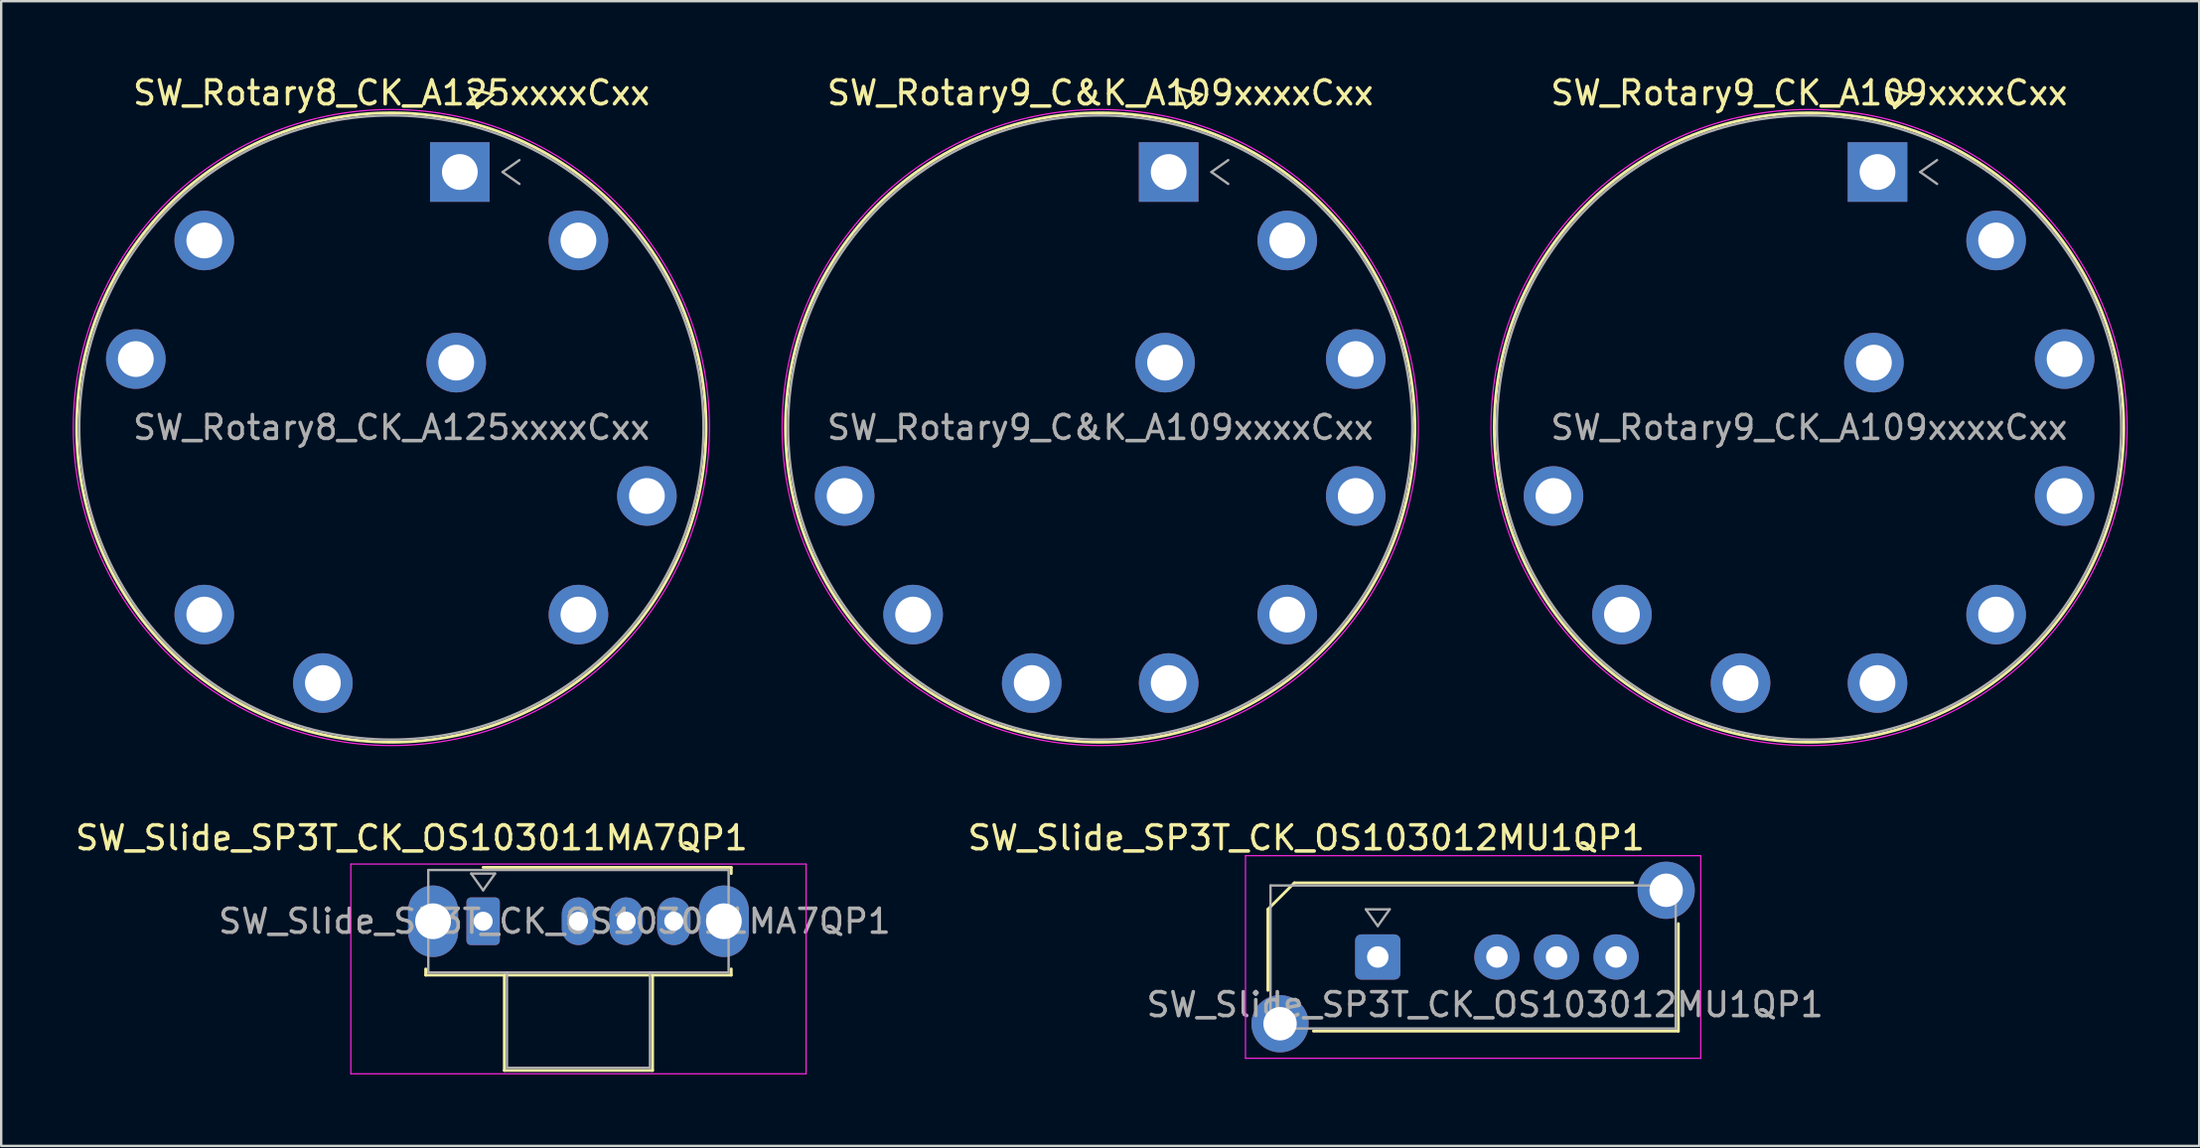
<source format=kicad_pcb>
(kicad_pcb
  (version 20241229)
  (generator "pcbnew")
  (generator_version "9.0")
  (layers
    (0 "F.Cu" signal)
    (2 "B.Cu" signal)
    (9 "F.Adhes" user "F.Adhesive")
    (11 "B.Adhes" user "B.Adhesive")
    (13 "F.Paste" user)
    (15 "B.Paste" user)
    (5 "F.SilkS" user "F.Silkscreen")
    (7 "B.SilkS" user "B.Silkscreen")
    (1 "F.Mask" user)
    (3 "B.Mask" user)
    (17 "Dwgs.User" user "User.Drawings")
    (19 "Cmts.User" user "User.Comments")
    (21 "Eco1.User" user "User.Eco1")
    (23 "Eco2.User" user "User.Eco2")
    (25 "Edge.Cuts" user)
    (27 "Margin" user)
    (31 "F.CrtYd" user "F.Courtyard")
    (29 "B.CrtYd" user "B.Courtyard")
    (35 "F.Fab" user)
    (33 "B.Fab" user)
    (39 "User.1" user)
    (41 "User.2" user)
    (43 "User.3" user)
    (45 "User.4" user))
  (footprint "SW_Rotary8_CK_A125xxxxCxx"
    (layer "F.Cu")
    (at 16.243 4.168)
    (property "Reference" "SW_Rotary8_CK_A125xxxxCxx" (at -2.87 -3.32 0) (layer "F.SilkS") (effects (font (size 1 1) (thickness 0.15))))
    (attr through_hole)
    (fp_line (start 0.422 -3.505) (end 0.722 -2.693) (stroke (width 0.12) (type solid)) (layer "F.SilkS"))
    (fp_line (start 0.722 -2.693) (end 1.388 -3.247) (stroke (width 0.12) (type solid)) (layer "F.SilkS"))
    (fp_line (start 1.388 -3.247) (end 0.422 -3.505) (stroke (width 0.12) (type solid)) (layer "F.SilkS"))
    (fp_circle (center -2.873 10.722) (end 10.332 10.722) (stroke (width 0.12) (type solid)) (fill no) (layer "F.SilkS"))
    (fp_circle (center -2.873 10.722) (end 10.472 10.722) (stroke (width 0.05) (type solid)) (fill no) (layer "F.CrtYd"))
    (fp_line (start 1.793 0) (end 2.5 0.5) (stroke (width 0.1) (type solid)) (layer "F.Fab"))
    (fp_line (start 2.5 -0.5) (end 1.793 0) (stroke (width 0.1) (type solid)) (layer "F.Fab"))
    (fp_circle (center -2.873 10.722) (end 10.222 10.722) (stroke (width 0.1) (type solid)) (fill no) (layer "F.Fab"))
    (fp_text user "${REFERENCE}" (at -2.87 10.72 0) (layer "F.Fab") (effects (font (size 1 1) (thickness 0.15))))
    (pad "1" thru_hole rect (at 0 0) (size 2.5 2.5) (drill 1.5) (layers "*.Cu" "*.Mask"))
    (pad "2" thru_hole circle (at 4.976 2.873) (size 2.5 2.5) (drill 1.5) (layers "*.Cu" "*.Mask"))
    (pad "4" thru_hole circle (at 7.849 13.595) (size 2.5 2.5) (drill 1.5) (layers "*.Cu" "*.Mask"))
    (pad "5" thru_hole circle (at 4.976 18.571) (size 2.5 2.5) (drill 1.5) (layers "*.Cu" "*.Mask"))
    (pad "7" thru_hole circle (at -5.746 21.444) (size 2.5 2.5) (drill 1.5) (layers "*.Cu" "*.Mask"))
    (pad "8" thru_hole circle (at -10.722 18.571) (size 2.5 2.5) (drill 1.5) (layers "*.Cu" "*.Mask"))
    (pad "10" thru_hole circle (at -13.595 7.849) (size 2.5 2.5) (drill 1.5) (layers "*.Cu" "*.Mask"))
    (pad "11" thru_hole circle (at -10.722 2.873) (size 2.5 2.5) (drill 1.5) (layers "*.Cu" "*.Mask"))
    (pad "A" thru_hole circle (at -0.151 7.999) (size 2.5 2.5) (drill 1.5) (layers "*.Cu" "*.Mask")))
  (footprint "SW_Slide_SP3T_CK_OS103012MU1QP1"
    (layer "F.Cu")
    (at 54.756 37.108)
    (property "Reference" "SW_Slide_SP3T_CK_OS103012MU1QP1" (at -3 -5 0) (layer "F.SilkS") (effects (font (size 1 1) (thickness 0.15))))
    (attr through_hole)
    (fp_line (start -4.61 -2) (end -3.5 -3.11) (stroke (width 0.12) (type solid)) (layer "F.SilkS"))
    (fp_line (start -4.61 1.4) (end -4.61 -2) (stroke (width 0.12) (type solid)) (layer "F.SilkS"))
    (fp_line (start -3.5 -3.11) (end 10.7 -3.11) (stroke (width 0.12) (type solid)) (layer "F.SilkS"))
    (fp_line (start 12.61 -1.4) (end 12.61 3.11) (stroke (width 0.12) (type solid)) (layer "F.SilkS"))
    (fp_line (start 12.61 3.11) (end -2.7 3.11) (stroke (width 0.12) (type solid)) (layer "F.SilkS"))
    (fp_line (start -5.55 -4.25) (end -5.55 4.25) (stroke (width 0.05) (type solid)) (layer "F.CrtYd"))
    (fp_line (start -5.55 4.25) (end 13.55 4.25) (stroke (width 0.05) (type solid)) (layer "F.CrtYd"))
    (fp_line (start 13.55 -4.25) (end -5.55 -4.25) (stroke (width 0.05) (type solid)) (layer "F.CrtYd"))
    (fp_line (start 13.55 4.25) (end 13.55 -4.25) (stroke (width 0.05) (type solid)) (layer "F.CrtYd"))
    (fp_line (start -4.5 -3) (end 12.5 -3) (stroke (width 0.1) (type solid)) (layer "F.Fab"))
    (fp_line (start -4.5 3) (end -4.5 -3) (stroke (width 0.1) (type solid)) (layer "F.Fab"))
    (fp_line (start -0.5 -2) (end 0.5 -2) (stroke (width 0.1) (type solid)) (layer "F.Fab"))
    (fp_line (start 0 -1.3) (end -0.5 -2) (stroke (width 0.1) (type solid)) (layer "F.Fab"))
    (fp_line (start 0.5 -2) (end 0 -1.3) (stroke (width 0.1) (type solid)) (layer "F.Fab"))
    (fp_line (start 12.5 -3) (end 12.5 3) (stroke (width 0.1) (type solid)) (layer "F.Fab"))
    (fp_line (start 12.5 3) (end -4.5 3) (stroke (width 0.1) (type solid)) (layer "F.Fab"))
    (fp_text user "${REFERENCE}" (at 4.5 2 0) (layer "F.Fab") (effects (font (size 1 1) (thickness 0.15))))
    (pad "" thru_hole circle (at -4.1 2.8) (size 2.4 2.4) (drill 1.4) (layers "*.Cu" "*.Mask"))
    (pad "" thru_hole circle (at 12.1 -2.8) (size 2.4 2.4) (drill 1.4) (layers "*.Cu" "*.Mask"))
    (pad "1" thru_hole roundrect (at 0 0) (size 1.9 1.9) (drill 0.9) (layers "*.Cu" "*.Mask") (roundrect_rratio 0.132))
    (pad "2" thru_hole circle (at 5 0) (size 1.9 1.9) (drill 0.9) (layers "*.Cu" "*.Mask"))
    (pad "3" thru_hole circle (at 7.5 0) (size 1.9 1.9) (drill 0.9) (layers "*.Cu" "*.Mask"))
    (pad "4" thru_hole circle (at 10 0) (size 1.9 1.9) (drill 0.9) (layers "*.Cu" "*.Mask")))
  (footprint "SW_Rotary9_CK_A109xxxxCxx"
    (layer "F.Cu")
    (at 75.723 4.168)
    (property "Reference" "SW_Rotary9_CK_A109xxxxCxx" (at -2.87 -3.32 0) (layer "F.SilkS") (effects (font (size 1 1) (thickness 0.15))))
    (attr through_hole)
    (fp_line (start 0.422 -3.505) (end 0.722 -2.693) (stroke (width 0.12) (type solid)) (layer "F.SilkS"))
    (fp_line (start 0.722 -2.693) (end 1.388 -3.247) (stroke (width 0.12) (type solid)) (layer "F.SilkS"))
    (fp_line (start 1.388 -3.247) (end 0.422 -3.505) (stroke (width 0.12) (type solid)) (layer "F.SilkS"))
    (fp_circle (center -2.873 10.722) (end 10.332 10.722) (stroke (width 0.12) (type solid)) (fill no) (layer "F.SilkS"))
    (fp_circle (center -2.873 10.722) (end 10.472 10.722) (stroke (width 0.05) (type solid)) (fill no) (layer "F.CrtYd"))
    (fp_line (start 1.793 0) (end 2.5 0.5) (stroke (width 0.1) (type solid)) (layer "F.Fab"))
    (fp_line (start 2.5 -0.5) (end 1.793 0) (stroke (width 0.1) (type solid)) (layer "F.Fab"))
    (fp_circle (center -2.873 10.722) (end 10.222 10.722) (stroke (width 0.1) (type solid)) (fill no) (layer "F.Fab"))
    (fp_text user "${REFERENCE}" (at -2.87 10.72 0) (layer "F.Fab") (effects (font (size 1 1) (thickness 0.15))))
    (pad "1" thru_hole rect (at 0 0) (size 2.5 2.5) (drill 1.5) (layers "*.Cu" "*.Mask"))
    (pad "2" thru_hole circle (at 4.976 2.873) (size 2.5 2.5) (drill 1.5) (layers "*.Cu" "*.Mask"))
    (pad "3" thru_hole circle (at 7.849 7.849) (size 2.5 2.5) (drill 1.5) (layers "*.Cu" "*.Mask"))
    (pad "4" thru_hole circle (at 7.849 13.595) (size 2.5 2.5) (drill 1.5) (layers "*.Cu" "*.Mask"))
    (pad "5" thru_hole circle (at 4.976 18.571) (size 2.5 2.5) (drill 1.5) (layers "*.Cu" "*.Mask"))
    (pad "6" thru_hole circle (at 0 21.444) (size 2.5 2.5) (drill 1.5) (layers "*.Cu" "*.Mask"))
    (pad "7" thru_hole circle (at -5.746 21.444) (size 2.5 2.5) (drill 1.5) (layers "*.Cu" "*.Mask"))
    (pad "8" thru_hole circle (at -10.722 18.571) (size 2.5 2.5) (drill 1.5) (layers "*.Cu" "*.Mask"))
    (pad "9" thru_hole circle (at -13.595 13.595) (size 2.5 2.5) (drill 1.5) (layers "*.Cu" "*.Mask"))
    (pad "A" thru_hole circle (at -0.151 7.999) (size 2.5 2.5) (drill 1.5) (layers "*.Cu" "*.Mask")))
  (footprint "SW_Rotary9_C&K_A109xxxxCxx"
    (layer "F.Cu")
    (at 45.983 4.168)
    (property "Reference" "SW_Rotary9_C&K_A109xxxxCxx" (at -2.87 -3.32 0) (layer "F.SilkS") (effects (font (size 1 1) (thickness 0.15))))
    (attr through_hole)
    (fp_line (start 0.422 -3.505) (end 0.722 -2.693) (stroke (width 0.12) (type solid)) (layer "F.SilkS"))
    (fp_line (start 0.722 -2.693) (end 1.388 -3.247) (stroke (width 0.12) (type solid)) (layer "F.SilkS"))
    (fp_line (start 1.388 -3.247) (end 0.422 -3.505) (stroke (width 0.12) (type solid)) (layer "F.SilkS"))
    (fp_circle (center -2.873 10.722) (end 10.332 10.722) (stroke (width 0.12) (type solid)) (fill no) (layer "F.SilkS"))
    (fp_circle (center -2.873 10.722) (end 10.472 10.722) (stroke (width 0.05) (type solid)) (fill no) (layer "F.CrtYd"))
    (fp_line (start 1.793 0) (end 2.5 0.5) (stroke (width 0.1) (type solid)) (layer "F.Fab"))
    (fp_line (start 2.5 -0.5) (end 1.793 0) (stroke (width 0.1) (type solid)) (layer "F.Fab"))
    (fp_circle (center -2.873 10.722) (end 10.222 10.722) (stroke (width 0.1) (type solid)) (fill no) (layer "F.Fab"))
    (fp_text user "${REFERENCE}" (at -2.87 10.72 0) (layer "F.Fab") (effects (font (size 1 1) (thickness 0.15))))
    (pad "1" thru_hole rect (at 0 0) (size 2.5 2.5) (drill 1.5) (layers "*.Cu" "*.Mask"))
    (pad "2" thru_hole circle (at 4.976 2.873) (size 2.5 2.5) (drill 1.5) (layers "*.Cu" "*.Mask"))
    (pad "3" thru_hole circle (at 7.849 7.849) (size 2.5 2.5) (drill 1.5) (layers "*.Cu" "*.Mask"))
    (pad "4" thru_hole circle (at 7.849 13.595) (size 2.5 2.5) (drill 1.5) (layers "*.Cu" "*.Mask"))
    (pad "5" thru_hole circle (at 4.976 18.571) (size 2.5 2.5) (drill 1.5) (layers "*.Cu" "*.Mask"))
    (pad "6" thru_hole circle (at 0 21.444) (size 2.5 2.5) (drill 1.5) (layers "*.Cu" "*.Mask"))
    (pad "7" thru_hole circle (at -5.746 21.444) (size 2.5 2.5) (drill 1.5) (layers "*.Cu" "*.Mask"))
    (pad "8" thru_hole circle (at -10.722 18.571) (size 2.5 2.5) (drill 1.5) (layers "*.Cu" "*.Mask"))
    (pad "9" thru_hole circle (at -13.595 13.595) (size 2.5 2.5) (drill 1.5) (layers "*.Cu" "*.Mask"))
    (pad "A" thru_hole circle (at -0.151 7.999) (size 2.5 2.5) (drill 1.5) (layers "*.Cu" "*.Mask")))
  (footprint "SW_Slide_SP3T_CK_OS103011MA7QP1"
    (layer "F.Cu")
    (at 17.22 35.608)
    (property "Reference" "SW_Slide_SP3T_CK_OS103011MA7QP1" (at -3 -3.5 0) (layer "F.SilkS") (effects (font (size 1 1) (thickness 0.15))))
    (attr through_hole)
    (fp_line (start -2.41 2.26) (end -2.41 2) (stroke (width 0.12) (type solid)) (layer "F.SilkS"))
    (fp_line (start 0 -2.26) (end 10.41 -2.26) (stroke (width 0.12) (type solid)) (layer "F.SilkS"))
    (fp_line (start 0.89 2.26) (end 0.89 6.26) (stroke (width 0.12) (type solid)) (layer "F.SilkS"))
    (fp_line (start 0.89 6.26) (end 7.11 6.26) (stroke (width 0.12) (type solid)) (layer "F.SilkS"))
    (fp_line (start 7.11 6.26) (end 7.11 2.26) (stroke (width 0.12) (type solid)) (layer "F.SilkS"))
    (fp_line (start 10.41 -2.26) (end 10.41 -2) (stroke (width 0.12) (type solid)) (layer "F.SilkS"))
    (fp_line (start 10.41 2) (end 10.41 2.26) (stroke (width 0.12) (type solid)) (layer "F.SilkS"))
    (fp_line (start 10.41 2.26) (end -2.41 2.26) (stroke (width 0.12) (type solid)) (layer "F.SilkS"))
    (fp_line (start -5.55 -2.4) (end -5.55 6.4) (stroke (width 0.05) (type solid)) (layer "F.CrtYd"))
    (fp_line (start -5.55 6.4) (end 13.55 6.4) (stroke (width 0.05) (type solid)) (layer "F.CrtYd"))
    (fp_line (start 13.55 -2.4) (end -5.55 -2.4) (stroke (width 0.05) (type solid)) (layer "F.CrtYd"))
    (fp_line (start 13.55 6.4) (end 13.55 -2.4) (stroke (width 0.05) (type solid)) (layer "F.CrtYd"))
    (fp_line (start -2.3 -2.15) (end 10.3 -2.15) (stroke (width 0.1) (type solid)) (layer "F.Fab"))
    (fp_line (start -2.3 2.15) (end -2.3 -2.15) (stroke (width 0.1) (type solid)) (layer "F.Fab"))
    (fp_line (start -0.5 -2) (end 0.5 -2) (stroke (width 0.1) (type solid)) (layer "F.Fab"))
    (fp_line (start 0 -1.3) (end -0.5 -2) (stroke (width 0.1) (type solid)) (layer "F.Fab"))
    (fp_line (start 0.5 -2) (end 0 -1.3) (stroke (width 0.1) (type solid)) (layer "F.Fab"))
    (fp_line (start 1 2.15) (end 1 6.15) (stroke (width 0.1) (type solid)) (layer "F.Fab"))
    (fp_line (start 1 6.15) (end 7 6.15) (stroke (width 0.1) (type solid)) (layer "F.Fab"))
    (fp_line (start 7 6.15) (end 7 2.15) (stroke (width 0.1) (type solid)) (layer "F.Fab"))
    (fp_line (start 10.3 -2.15) (end 10.3 2.15) (stroke (width 0.1) (type solid)) (layer "F.Fab"))
    (fp_line (start 10.3 2.15) (end -2.3 2.15) (stroke (width 0.1) (type solid)) (layer "F.Fab"))
    (fp_text user "${REFERENCE}" (at 3 0 0) (layer "F.Fab") (effects (font (size 1 1) (thickness 0.15))))
    (pad "" thru_hole oval (at -2.1 0) (size 2.1 3) (drill 1.5) (layers "*.Cu" "*.Mask"))
    (pad "" thru_hole oval (at 10.1 0) (size 2.1 3) (drill 1.5) (layers "*.Cu" "*.Mask"))
    (pad "1" thru_hole roundrect (at 0 0) (size 1.4 2) (drill 0.8) (layers "*.Cu" "*.Mask") (roundrect_rratio 0.132))
    (pad "2" thru_hole oval (at 4 0) (size 1.4 2) (drill 0.8) (layers "*.Cu" "*.Mask"))
    (pad "3" thru_hole oval (at 6 0) (size 1.4 2) (drill 0.8) (layers "*.Cu" "*.Mask"))
    (pad "4" thru_hole oval (at 8 0) (size 1.4 2) (drill 0.8) (layers "*.Cu" "*.Mask")))
  (gr_rect
    (start -3 -3)
    (end 89.22 45.033)
    (stroke (width 0.1) (type default))
    (fill no)
    (layer "Edge.Cuts")))
</source>
